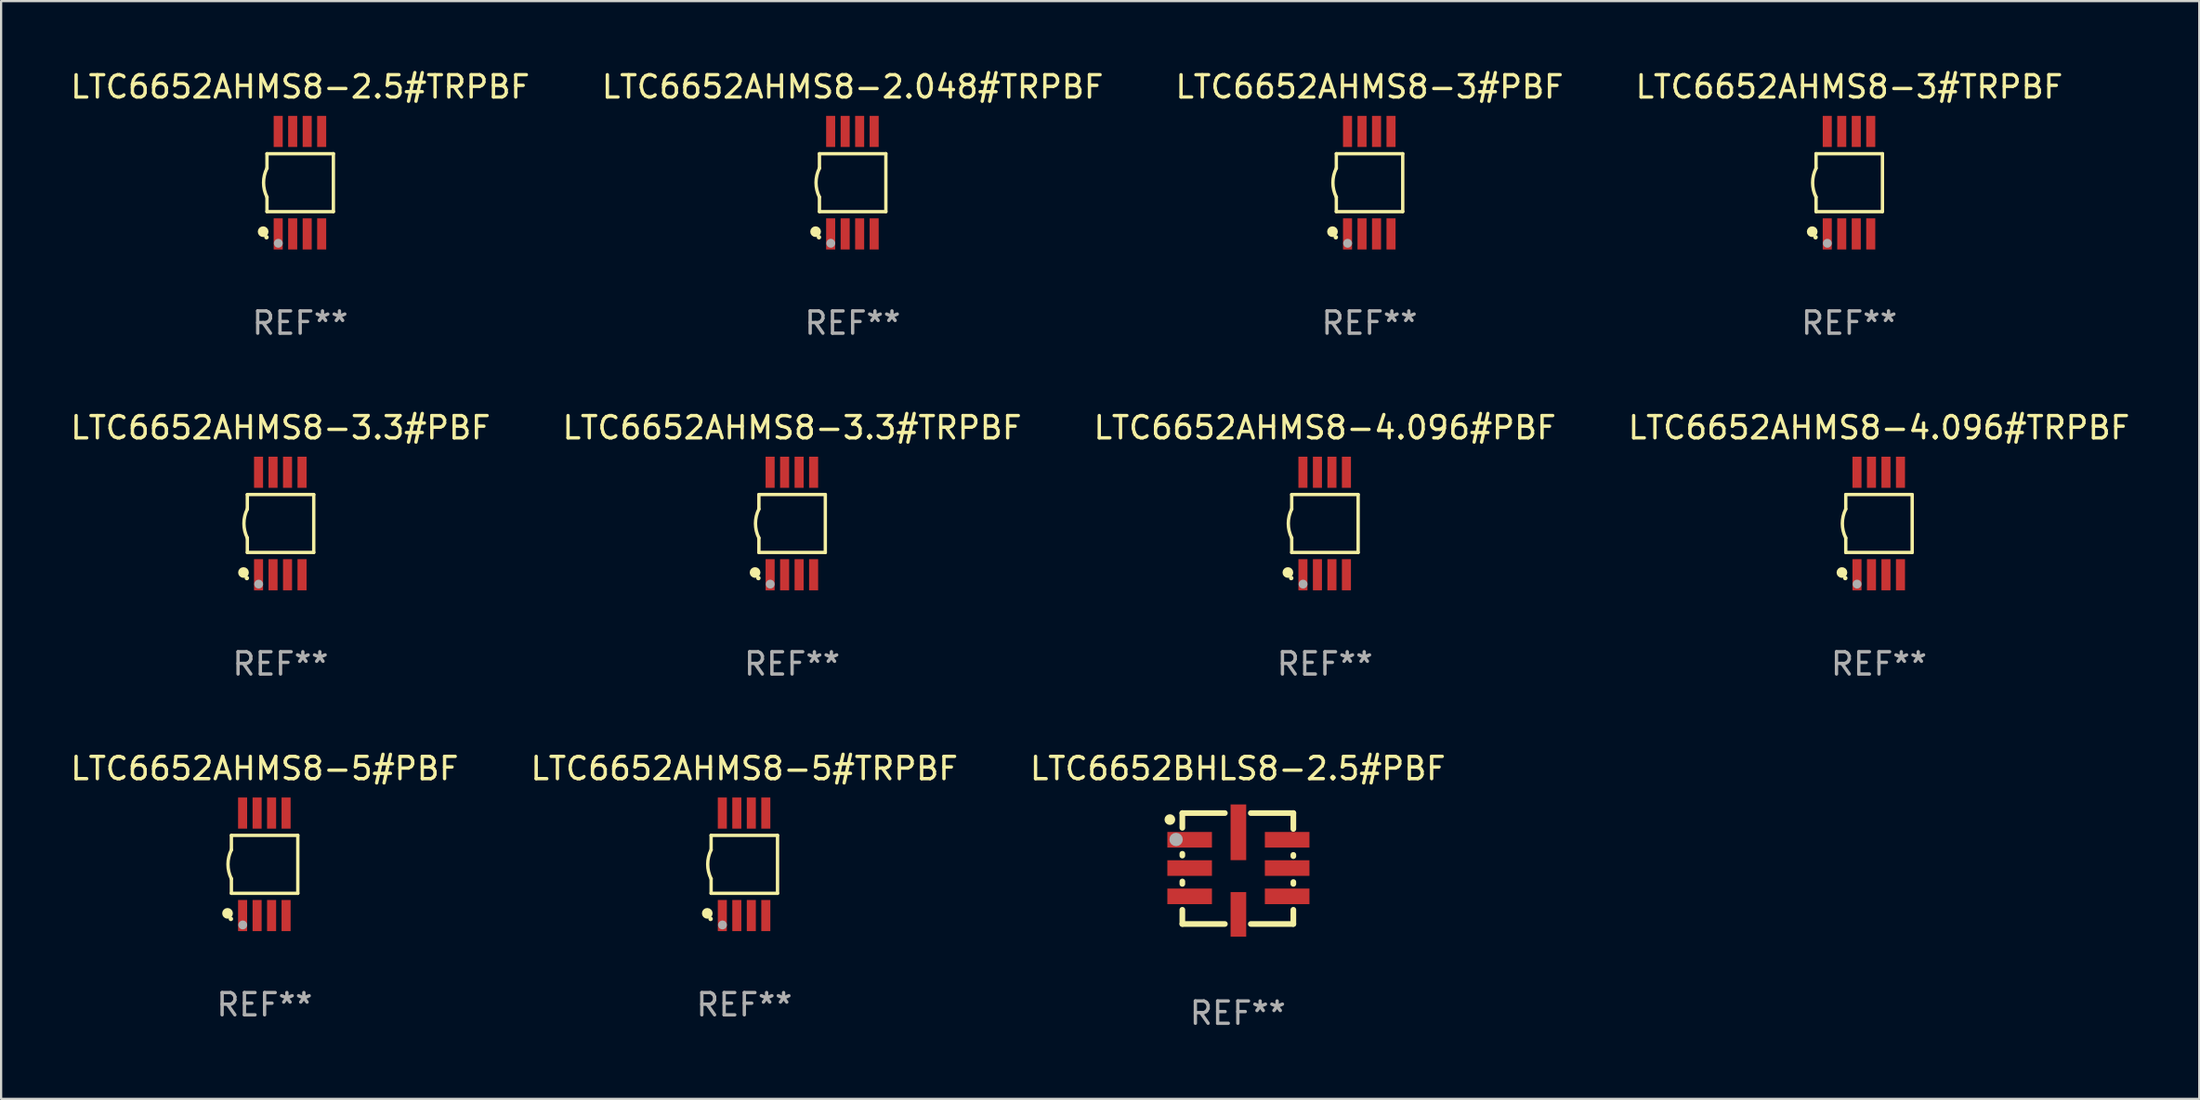
<source format=kicad_pcb>
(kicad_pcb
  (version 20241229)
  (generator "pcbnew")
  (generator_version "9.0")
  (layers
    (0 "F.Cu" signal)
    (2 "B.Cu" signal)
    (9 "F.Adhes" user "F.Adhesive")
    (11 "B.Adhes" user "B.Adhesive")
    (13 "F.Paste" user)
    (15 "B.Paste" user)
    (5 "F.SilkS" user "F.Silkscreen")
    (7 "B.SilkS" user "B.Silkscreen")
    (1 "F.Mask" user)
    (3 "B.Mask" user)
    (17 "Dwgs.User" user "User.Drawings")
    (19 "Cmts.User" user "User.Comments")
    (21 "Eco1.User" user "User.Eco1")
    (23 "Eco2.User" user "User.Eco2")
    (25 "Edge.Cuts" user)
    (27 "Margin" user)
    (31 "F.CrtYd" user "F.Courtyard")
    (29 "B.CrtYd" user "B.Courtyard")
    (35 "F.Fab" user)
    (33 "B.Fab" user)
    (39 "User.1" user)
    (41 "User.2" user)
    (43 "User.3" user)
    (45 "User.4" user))
  (footprint "LTC6652AHMS8-3#PBF"
    (layer "F.Cu")
    (at 58.363 5.148)
    (property "Reference" "LTC6652AHMS8-3#PBF" (at 0 -4.3 0) (layer "F.SilkS") (effects (font (size 1 1) (thickness 0.15))))
    (attr through_hole)
    (fp_line (start -1.489 -1.3) (end -1.489 -0.648) (stroke (width 0.15) (type solid)) (layer "F.SilkS"))
    (fp_line (start -1.489 0.648) (end -1.489 1.3) (stroke (width 0.15) (type solid)) (layer "F.SilkS"))
    (fp_line (start -1.489 1.3) (end 1.489 1.3) (stroke (width 0.15) (type solid)) (layer "F.SilkS"))
    (fp_line (start 1.489 -1.3) (end -1.489 -1.3) (stroke (width 0.15) (type solid)) (layer "F.SilkS"))
    (fp_line (start 1.489 1.3) (end 1.489 -1.3) (stroke (width 0.15) (type solid)) (layer "F.SilkS"))
    (fp_arc (start -1.489205 0.647702) (mid -1.642107 0) (end -1.489205 -0.647701) (stroke (width 0.150013) (type solid)) (layer "F.SilkS"))
    (fp_circle (center -1.661 2.2) (end -1.541 2.2) (stroke (width 0.24) (type solid)) (fill no) (layer "F.SilkS"))
    (fp_circle (center -1.511 2.45) (end -1.461 2.45) (stroke (width 0.1) (type solid)) (fill no) (layer "F.SilkS"))
    (fp_circle (center -0.981 2.72) (end -0.881 2.72) (stroke (width 0.2) (type solid)) (fill no) (layer "F.Fab"))
    (fp_text user "REF**" (at 0 6.3 0) (layer "F.Fab") (effects (font (size 1 1) (thickness 0.15))))
    (pad "1" smd rect (at -0.986 2.3) (size 0.406 1.397) (layers "F.Cu" "F.Mask" "F.Paste"))
    (pad "2" smd rect (at -0.336 2.3) (size 0.406 1.397) (layers "F.Cu" "F.Mask" "F.Paste"))
    (pad "3" smd rect (at 0.314 2.3) (size 0.406 1.397) (layers "F.Cu" "F.Mask" "F.Paste"))
    (pad "4" smd rect (at 0.964 2.3) (size 0.406 1.397) (layers "F.Cu" "F.Mask" "F.Paste"))
    (pad "5" smd rect (at 0.964 -2.3) (size 0.406 1.397) (layers "F.Cu" "F.Mask" "F.Paste"))
    (pad "6" smd rect (at 0.314 -2.3) (size 0.406 1.397) (layers "F.Cu" "F.Mask" "F.Paste"))
    (pad "7" smd rect (at -0.336 -2.3) (size 0.406 1.397) (layers "F.Cu" "F.Mask" "F.Paste"))
    (pad "8" smd rect (at -0.986 -2.3) (size 0.406 1.397) (layers "F.Cu" "F.Mask" "F.Paste")))
  (footprint "LTC6652BHLS8-2.5#PBF"
    (layer "F.Cu")
    (at 52.458 35.93)
    (property "Reference" "LTC6652BHLS8-2.5#PBF" (at 0 -4.489 0) (layer "F.SilkS") (effects (font (size 1 1) (thickness 0.15))))
    (attr through_hole)
    (fp_line (start -2.489 -2.489) (end -2.489 -1.826) (stroke (width 0.254) (type solid)) (layer "F.SilkS"))
    (fp_line (start -2.489 -2.489) (end -0.581 -2.489) (stroke (width 0.254) (type solid)) (layer "F.SilkS"))
    (fp_line (start -2.489 -0.663) (end -2.489 -0.581) (stroke (width 0.254) (type solid)) (layer "F.SilkS"))
    (fp_line (start -2.489 0.581) (end -2.489 0.689) (stroke (width 0.254) (type solid)) (layer "F.SilkS"))
    (fp_line (start -2.489 1.851) (end -2.489 2.489) (stroke (width 0.254) (type solid)) (layer "F.SilkS"))
    (fp_line (start -2.489 2.489) (end -0.581 2.489) (stroke (width 0.254) (type solid)) (layer "F.SilkS"))
    (fp_line (start 0.581 -2.489) (end 2.489 -2.489) (stroke (width 0.254) (type solid)) (layer "F.SilkS"))
    (fp_line (start 0.581 2.489) (end 2.489 2.489) (stroke (width 0.254) (type solid)) (layer "F.SilkS"))
    (fp_line (start 2.489 -2.489) (end 2.489 -1.775) (stroke (width 0.254) (type solid)) (layer "F.SilkS"))
    (fp_line (start 2.489 -0.613) (end 2.489 -0.556) (stroke (width 0.254) (type solid)) (layer "F.SilkS"))
    (fp_line (start 2.489 0.607) (end 2.489 0.689) (stroke (width 0.254) (type solid)) (layer "F.SilkS"))
    (fp_line (start 2.489 1.851) (end 2.489 2.489) (stroke (width 0.254) (type solid)) (layer "F.SilkS"))
    (fp_circle (center -3.048 -2.197) (end -2.928 -2.197) (stroke (width 0.24) (type solid)) (fill no) (layer "F.SilkS"))
    (fp_circle (center -2.474 -2.521) (end -2.445 -2.521) (stroke (width 0.06) (type solid)) (fill no) (layer "F.SilkS"))
    (fp_circle (center -2.769 -1.304) (end -2.618 -1.304) (stroke (width 0.3) (type solid)) (fill no) (layer "F.Fab"))
    (fp_text user "REF**" (at 0 6.489 0) (layer "F.Fab") (effects (font (size 1 1) (thickness 0.15))))
    (pad "1" smd rect (at -2.161 -1.291) (size 2 0.7) (layers "F.Cu" "F.Mask" "F.Paste"))
    (pad "2" smd rect (at -2.161 -0.021) (size 2 0.7) (layers "F.Cu" "F.Mask" "F.Paste"))
    (pad "3" smd rect (at -2.161 1.249) (size 2 0.7) (layers "F.Cu" "F.Mask" "F.Paste"))
    (pad "4" smd rect (at 0.025 2.058 270) (size 2 0.7) (layers "F.Cu" "F.Mask" "F.Paste"))
    (pad "5" smd rect (at 2.211 1.249) (size 2 0.7) (layers "F.Cu" "F.Mask" "F.Paste"))
    (pad "6" smd rect (at 2.211 -0.021) (size 2 0.7) (layers "F.Cu" "F.Mask" "F.Paste"))
    (pad "7" smd rect (at 2.211 -1.291) (size 2 0.7) (layers "F.Cu" "F.Mask" "F.Paste"))
    (pad "8" smd rect (at 0.025 -1.626 90) (size 2.5 0.7) (layers "F.Cu" "F.Mask" "F.Paste")))
  (footprint "LTC6652AHMS8-5#TRPBF"
    (layer "F.Cu")
    (at 30.327 35.741)
    (property "Reference" "LTC6652AHMS8-5#TRPBF" (at 0 -4.3 0) (layer "F.SilkS") (effects (font (size 1 1) (thickness 0.15))))
    (attr through_hole)
    (fp_line (start -1.489 -1.3) (end -1.489 -0.648) (stroke (width 0.15) (type solid)) (layer "F.SilkS"))
    (fp_line (start -1.489 0.648) (end -1.489 1.3) (stroke (width 0.15) (type solid)) (layer "F.SilkS"))
    (fp_line (start -1.489 1.3) (end 1.489 1.3) (stroke (width 0.15) (type solid)) (layer "F.SilkS"))
    (fp_line (start 1.489 -1.3) (end -1.489 -1.3) (stroke (width 0.15) (type solid)) (layer "F.SilkS"))
    (fp_line (start 1.489 1.3) (end 1.489 -1.3) (stroke (width 0.15) (type solid)) (layer "F.SilkS"))
    (fp_arc (start -1.489205 0.647702) (mid -1.642107 0) (end -1.489205 -0.647701) (stroke (width 0.150013) (type solid)) (layer "F.SilkS"))
    (fp_circle (center -1.661 2.2) (end -1.541 2.2) (stroke (width 0.24) (type solid)) (fill no) (layer "F.SilkS"))
    (fp_circle (center -1.511 2.45) (end -1.461 2.45) (stroke (width 0.1) (type solid)) (fill no) (layer "F.SilkS"))
    (fp_circle (center -0.981 2.72) (end -0.881 2.72) (stroke (width 0.2) (type solid)) (fill no) (layer "F.Fab"))
    (fp_text user "REF**" (at 0 6.3 0) (layer "F.Fab") (effects (font (size 1 1) (thickness 0.15))))
    (pad "1" smd rect (at -0.986 2.3) (size 0.406 1.397) (layers "F.Cu" "F.Mask" "F.Paste"))
    (pad "2" smd rect (at -0.336 2.3) (size 0.406 1.397) (layers "F.Cu" "F.Mask" "F.Paste"))
    (pad "3" smd rect (at 0.314 2.3) (size 0.406 1.397) (layers "F.Cu" "F.Mask" "F.Paste"))
    (pad "4" smd rect (at 0.964 2.3) (size 0.406 1.397) (layers "F.Cu" "F.Mask" "F.Paste"))
    (pad "5" smd rect (at 0.964 -2.3) (size 0.406 1.397) (layers "F.Cu" "F.Mask" "F.Paste"))
    (pad "6" smd rect (at 0.314 -2.3) (size 0.406 1.397) (layers "F.Cu" "F.Mask" "F.Paste"))
    (pad "7" smd rect (at -0.336 -2.3) (size 0.406 1.397) (layers "F.Cu" "F.Mask" "F.Paste"))
    (pad "8" smd rect (at -0.986 -2.3) (size 0.406 1.397) (layers "F.Cu" "F.Mask" "F.Paste")))
  (footprint "LTC6652AHMS8-4.096#PBF"
    (layer "F.Cu")
    (at 56.363 20.445)
    (property "Reference" "LTC6652AHMS8-4.096#PBF" (at 0 -4.3 0) (layer "F.SilkS") (effects (font (size 1 1) (thickness 0.15))))
    (attr through_hole)
    (fp_line (start -1.489 -1.3) (end -1.489 -0.648) (stroke (width 0.15) (type solid)) (layer "F.SilkS"))
    (fp_line (start -1.489 0.648) (end -1.489 1.3) (stroke (width 0.15) (type solid)) (layer "F.SilkS"))
    (fp_line (start -1.489 1.3) (end 1.489 1.3) (stroke (width 0.15) (type solid)) (layer "F.SilkS"))
    (fp_line (start 1.489 -1.3) (end -1.489 -1.3) (stroke (width 0.15) (type solid)) (layer "F.SilkS"))
    (fp_line (start 1.489 1.3) (end 1.489 -1.3) (stroke (width 0.15) (type solid)) (layer "F.SilkS"))
    (fp_arc (start -1.489205 0.647702) (mid -1.642107 0) (end -1.489205 -0.647701) (stroke (width 0.150013) (type solid)) (layer "F.SilkS"))
    (fp_circle (center -1.661 2.2) (end -1.541 2.2) (stroke (width 0.24) (type solid)) (fill no) (layer "F.SilkS"))
    (fp_circle (center -1.511 2.45) (end -1.461 2.45) (stroke (width 0.1) (type solid)) (fill no) (layer "F.SilkS"))
    (fp_circle (center -0.981 2.72) (end -0.881 2.72) (stroke (width 0.2) (type solid)) (fill no) (layer "F.Fab"))
    (fp_text user "REF**" (at 0 6.3 0) (layer "F.Fab") (effects (font (size 1 1) (thickness 0.15))))
    (pad "1" smd rect (at -0.986 2.3) (size 0.406 1.397) (layers "F.Cu" "F.Mask" "F.Paste"))
    (pad "2" smd rect (at -0.336 2.3) (size 0.406 1.397) (layers "F.Cu" "F.Mask" "F.Paste"))
    (pad "3" smd rect (at 0.314 2.3) (size 0.406 1.397) (layers "F.Cu" "F.Mask" "F.Paste"))
    (pad "4" smd rect (at 0.964 2.3) (size 0.406 1.397) (layers "F.Cu" "F.Mask" "F.Paste"))
    (pad "5" smd rect (at 0.964 -2.3) (size 0.406 1.397) (layers "F.Cu" "F.Mask" "F.Paste"))
    (pad "6" smd rect (at 0.314 -2.3) (size 0.406 1.397) (layers "F.Cu" "F.Mask" "F.Paste"))
    (pad "7" smd rect (at -0.336 -2.3) (size 0.406 1.397) (layers "F.Cu" "F.Mask" "F.Paste"))
    (pad "8" smd rect (at -0.986 -2.3) (size 0.406 1.397) (layers "F.Cu" "F.Mask" "F.Paste")))
  (footprint "LTC6652AHMS8-3.3#TRPBF"
    (layer "F.Cu")
    (at 32.47 20.445)
    (property "Reference" "LTC6652AHMS8-3.3#TRPBF" (at 0 -4.3 0) (layer "F.SilkS") (effects (font (size 1 1) (thickness 0.15))))
    (attr through_hole)
    (fp_line (start -1.489 -1.3) (end -1.489 -0.648) (stroke (width 0.15) (type solid)) (layer "F.SilkS"))
    (fp_line (start -1.489 0.648) (end -1.489 1.3) (stroke (width 0.15) (type solid)) (layer "F.SilkS"))
    (fp_line (start -1.489 1.3) (end 1.489 1.3) (stroke (width 0.15) (type solid)) (layer "F.SilkS"))
    (fp_line (start 1.489 -1.3) (end -1.489 -1.3) (stroke (width 0.15) (type solid)) (layer "F.SilkS"))
    (fp_line (start 1.489 1.3) (end 1.489 -1.3) (stroke (width 0.15) (type solid)) (layer "F.SilkS"))
    (fp_arc (start -1.489205 0.647702) (mid -1.642107 0) (end -1.489205 -0.647701) (stroke (width 0.150013) (type solid)) (layer "F.SilkS"))
    (fp_circle (center -1.661 2.2) (end -1.541 2.2) (stroke (width 0.24) (type solid)) (fill no) (layer "F.SilkS"))
    (fp_circle (center -1.511 2.45) (end -1.461 2.45) (stroke (width 0.1) (type solid)) (fill no) (layer "F.SilkS"))
    (fp_circle (center -0.981 2.72) (end -0.881 2.72) (stroke (width 0.2) (type solid)) (fill no) (layer "F.Fab"))
    (fp_text user "REF**" (at 0 6.3 0) (layer "F.Fab") (effects (font (size 1 1) (thickness 0.15))))
    (pad "1" smd rect (at -0.986 2.3) (size 0.406 1.397) (layers "F.Cu" "F.Mask" "F.Paste"))
    (pad "2" smd rect (at -0.336 2.3) (size 0.406 1.397) (layers "F.Cu" "F.Mask" "F.Paste"))
    (pad "3" smd rect (at 0.314 2.3) (size 0.406 1.397) (layers "F.Cu" "F.Mask" "F.Paste"))
    (pad "4" smd rect (at 0.964 2.3) (size 0.406 1.397) (layers "F.Cu" "F.Mask" "F.Paste"))
    (pad "5" smd rect (at 0.964 -2.3) (size 0.406 1.397) (layers "F.Cu" "F.Mask" "F.Paste"))
    (pad "6" smd rect (at 0.314 -2.3) (size 0.406 1.397) (layers "F.Cu" "F.Mask" "F.Paste"))
    (pad "7" smd rect (at -0.336 -2.3) (size 0.406 1.397) (layers "F.Cu" "F.Mask" "F.Paste"))
    (pad "8" smd rect (at -0.986 -2.3) (size 0.406 1.397) (layers "F.Cu" "F.Mask" "F.Paste")))
  (footprint "LTC6652AHMS8-4.096#TRPBF"
    (layer "F.Cu")
    (at 81.208 20.445)
    (property "Reference" "LTC6652AHMS8-4.096#TRPBF" (at 0 -4.3 0) (layer "F.SilkS") (effects (font (size 1 1) (thickness 0.15))))
    (attr through_hole)
    (fp_line (start -1.489 -1.3) (end -1.489 -0.648) (stroke (width 0.15) (type solid)) (layer "F.SilkS"))
    (fp_line (start -1.489 0.648) (end -1.489 1.3) (stroke (width 0.15) (type solid)) (layer "F.SilkS"))
    (fp_line (start -1.489 1.3) (end 1.489 1.3) (stroke (width 0.15) (type solid)) (layer "F.SilkS"))
    (fp_line (start 1.489 -1.3) (end -1.489 -1.3) (stroke (width 0.15) (type solid)) (layer "F.SilkS"))
    (fp_line (start 1.489 1.3) (end 1.489 -1.3) (stroke (width 0.15) (type solid)) (layer "F.SilkS"))
    (fp_arc (start -1.489205 0.647702) (mid -1.642107 0) (end -1.489205 -0.647701) (stroke (width 0.150013) (type solid)) (layer "F.SilkS"))
    (fp_circle (center -1.661 2.2) (end -1.541 2.2) (stroke (width 0.24) (type solid)) (fill no) (layer "F.SilkS"))
    (fp_circle (center -1.511 2.45) (end -1.461 2.45) (stroke (width 0.1) (type solid)) (fill no) (layer "F.SilkS"))
    (fp_circle (center -0.981 2.72) (end -0.881 2.72) (stroke (width 0.2) (type solid)) (fill no) (layer "F.Fab"))
    (fp_text user "REF**" (at 0 6.3 0) (layer "F.Fab") (effects (font (size 1 1) (thickness 0.15))))
    (pad "1" smd rect (at -0.986 2.3) (size 0.406 1.397) (layers "F.Cu" "F.Mask" "F.Paste"))
    (pad "2" smd rect (at -0.336 2.3) (size 0.406 1.397) (layers "F.Cu" "F.Mask" "F.Paste"))
    (pad "3" smd rect (at 0.314 2.3) (size 0.406 1.397) (layers "F.Cu" "F.Mask" "F.Paste"))
    (pad "4" smd rect (at 0.964 2.3) (size 0.406 1.397) (layers "F.Cu" "F.Mask" "F.Paste"))
    (pad "5" smd rect (at 0.964 -2.3) (size 0.406 1.397) (layers "F.Cu" "F.Mask" "F.Paste"))
    (pad "6" smd rect (at 0.314 -2.3) (size 0.406 1.397) (layers "F.Cu" "F.Mask" "F.Paste"))
    (pad "7" smd rect (at -0.336 -2.3) (size 0.406 1.397) (layers "F.Cu" "F.Mask" "F.Paste"))
    (pad "8" smd rect (at -0.986 -2.3) (size 0.406 1.397) (layers "F.Cu" "F.Mask" "F.Paste")))
  (footprint "LTC6652AHMS8-2.048#TRPBF"
    (layer "F.Cu")
    (at 35.185 5.148)
    (property "Reference" "LTC6652AHMS8-2.048#TRPBF" (at 0 -4.3 0) (layer "F.SilkS") (effects (font (size 1 1) (thickness 0.15))))
    (attr through_hole)
    (fp_line (start -1.489 -1.3) (end -1.489 -0.648) (stroke (width 0.15) (type solid)) (layer "F.SilkS"))
    (fp_line (start -1.489 0.648) (end -1.489 1.3) (stroke (width 0.15) (type solid)) (layer "F.SilkS"))
    (fp_line (start -1.489 1.3) (end 1.489 1.3) (stroke (width 0.15) (type solid)) (layer "F.SilkS"))
    (fp_line (start 1.489 -1.3) (end -1.489 -1.3) (stroke (width 0.15) (type solid)) (layer "F.SilkS"))
    (fp_line (start 1.489 1.3) (end 1.489 -1.3) (stroke (width 0.15) (type solid)) (layer "F.SilkS"))
    (fp_arc (start -1.489205 0.647702) (mid -1.642107 0) (end -1.489205 -0.647701) (stroke (width 0.150013) (type solid)) (layer "F.SilkS"))
    (fp_circle (center -1.661 2.2) (end -1.541 2.2) (stroke (width 0.24) (type solid)) (fill no) (layer "F.SilkS"))
    (fp_circle (center -1.511 2.45) (end -1.461 2.45) (stroke (width 0.1) (type solid)) (fill no) (layer "F.SilkS"))
    (fp_circle (center -0.981 2.72) (end -0.881 2.72) (stroke (width 0.2) (type solid)) (fill no) (layer "F.Fab"))
    (fp_text user "REF**" (at 0 6.3 0) (layer "F.Fab") (effects (font (size 1 1) (thickness 0.15))))
    (pad "1" smd rect (at -0.986 2.3) (size 0.406 1.397) (layers "F.Cu" "F.Mask" "F.Paste"))
    (pad "2" smd rect (at -0.336 2.3) (size 0.406 1.397) (layers "F.Cu" "F.Mask" "F.Paste"))
    (pad "3" smd rect (at 0.314 2.3) (size 0.406 1.397) (layers "F.Cu" "F.Mask" "F.Paste"))
    (pad "4" smd rect (at 0.964 2.3) (size 0.406 1.397) (layers "F.Cu" "F.Mask" "F.Paste"))
    (pad "5" smd rect (at 0.964 -2.3) (size 0.406 1.397) (layers "F.Cu" "F.Mask" "F.Paste"))
    (pad "6" smd rect (at 0.314 -2.3) (size 0.406 1.397) (layers "F.Cu" "F.Mask" "F.Paste"))
    (pad "7" smd rect (at -0.336 -2.3) (size 0.406 1.397) (layers "F.Cu" "F.Mask" "F.Paste"))
    (pad "8" smd rect (at -0.986 -2.3) (size 0.406 1.397) (layers "F.Cu" "F.Mask" "F.Paste")))
  (footprint "LTC6652AHMS8-3#TRPBF"
    (layer "F.Cu")
    (at 79.875 5.148)
    (property "Reference" "LTC6652AHMS8-3#TRPBF" (at 0 -4.3 0) (layer "F.SilkS") (effects (font (size 1 1) (thickness 0.15))))
    (attr through_hole)
    (fp_line (start -1.489 -1.3) (end -1.489 -0.648) (stroke (width 0.15) (type solid)) (layer "F.SilkS"))
    (fp_line (start -1.489 0.648) (end -1.489 1.3) (stroke (width 0.15) (type solid)) (layer "F.SilkS"))
    (fp_line (start -1.489 1.3) (end 1.489 1.3) (stroke (width 0.15) (type solid)) (layer "F.SilkS"))
    (fp_line (start 1.489 -1.3) (end -1.489 -1.3) (stroke (width 0.15) (type solid)) (layer "F.SilkS"))
    (fp_line (start 1.489 1.3) (end 1.489 -1.3) (stroke (width 0.15) (type solid)) (layer "F.SilkS"))
    (fp_arc (start -1.489205 0.647702) (mid -1.642107 0) (end -1.489205 -0.647701) (stroke (width 0.150013) (type solid)) (layer "F.SilkS"))
    (fp_circle (center -1.661 2.2) (end -1.541 2.2) (stroke (width 0.24) (type solid)) (fill no) (layer "F.SilkS"))
    (fp_circle (center -1.511 2.45) (end -1.461 2.45) (stroke (width 0.1) (type solid)) (fill no) (layer "F.SilkS"))
    (fp_circle (center -0.981 2.72) (end -0.881 2.72) (stroke (width 0.2) (type solid)) (fill no) (layer "F.Fab"))
    (fp_text user "REF**" (at 0 6.3 0) (layer "F.Fab") (effects (font (size 1 1) (thickness 0.15))))
    (pad "1" smd rect (at -0.986 2.3) (size 0.406 1.397) (layers "F.Cu" "F.Mask" "F.Paste"))
    (pad "2" smd rect (at -0.336 2.3) (size 0.406 1.397) (layers "F.Cu" "F.Mask" "F.Paste"))
    (pad "3" smd rect (at 0.314 2.3) (size 0.406 1.397) (layers "F.Cu" "F.Mask" "F.Paste"))
    (pad "4" smd rect (at 0.964 2.3) (size 0.406 1.397) (layers "F.Cu" "F.Mask" "F.Paste"))
    (pad "5" smd rect (at 0.964 -2.3) (size 0.406 1.397) (layers "F.Cu" "F.Mask" "F.Paste"))
    (pad "6" smd rect (at 0.314 -2.3) (size 0.406 1.397) (layers "F.Cu" "F.Mask" "F.Paste"))
    (pad "7" smd rect (at -0.336 -2.3) (size 0.406 1.397) (layers "F.Cu" "F.Mask" "F.Paste"))
    (pad "8" smd rect (at -0.986 -2.3) (size 0.406 1.397) (layers "F.Cu" "F.Mask" "F.Paste")))
  (footprint "LTC6652AHMS8-5#PBF"
    (layer "F.Cu")
    (at 8.815 35.741)
    (property "Reference" "LTC6652AHMS8-5#PBF" (at 0 -4.3 0) (layer "F.SilkS") (effects (font (size 1 1) (thickness 0.15))))
    (attr through_hole)
    (fp_line (start -1.489 -1.3) (end -1.489 -0.648) (stroke (width 0.15) (type solid)) (layer "F.SilkS"))
    (fp_line (start -1.489 0.648) (end -1.489 1.3) (stroke (width 0.15) (type solid)) (layer "F.SilkS"))
    (fp_line (start -1.489 1.3) (end 1.489 1.3) (stroke (width 0.15) (type solid)) (layer "F.SilkS"))
    (fp_line (start 1.489 -1.3) (end -1.489 -1.3) (stroke (width 0.15) (type solid)) (layer "F.SilkS"))
    (fp_line (start 1.489 1.3) (end 1.489 -1.3) (stroke (width 0.15) (type solid)) (layer "F.SilkS"))
    (fp_arc (start -1.489205 0.647702) (mid -1.642107 0) (end -1.489205 -0.647701) (stroke (width 0.150013) (type solid)) (layer "F.SilkS"))
    (fp_circle (center -1.661 2.2) (end -1.541 2.2) (stroke (width 0.24) (type solid)) (fill no) (layer "F.SilkS"))
    (fp_circle (center -1.511 2.45) (end -1.461 2.45) (stroke (width 0.1) (type solid)) (fill no) (layer "F.SilkS"))
    (fp_circle (center -0.981 2.72) (end -0.881 2.72) (stroke (width 0.2) (type solid)) (fill no) (layer "F.Fab"))
    (fp_text user "REF**" (at 0 6.3 0) (layer "F.Fab") (effects (font (size 1 1) (thickness 0.15))))
    (pad "1" smd rect (at -0.986 2.3) (size 0.406 1.397) (layers "F.Cu" "F.Mask" "F.Paste"))
    (pad "2" smd rect (at -0.336 2.3) (size 0.406 1.397) (layers "F.Cu" "F.Mask" "F.Paste"))
    (pad "3" smd rect (at 0.314 2.3) (size 0.406 1.397) (layers "F.Cu" "F.Mask" "F.Paste"))
    (pad "4" smd rect (at 0.964 2.3) (size 0.406 1.397) (layers "F.Cu" "F.Mask" "F.Paste"))
    (pad "5" smd rect (at 0.964 -2.3) (size 0.406 1.397) (layers "F.Cu" "F.Mask" "F.Paste"))
    (pad "6" smd rect (at 0.314 -2.3) (size 0.406 1.397) (layers "F.Cu" "F.Mask" "F.Paste"))
    (pad "7" smd rect (at -0.336 -2.3) (size 0.406 1.397) (layers "F.Cu" "F.Mask" "F.Paste"))
    (pad "8" smd rect (at -0.986 -2.3) (size 0.406 1.397) (layers "F.Cu" "F.Mask" "F.Paste")))
  (footprint "LTC6652AHMS8-2.5#TRPBF"
    (layer "F.Cu")
    (at 10.411 5.148)
    (property "Reference" "LTC6652AHMS8-2.5#TRPBF" (at 0 -4.3 0) (layer "F.SilkS") (effects (font (size 1 1) (thickness 0.15))))
    (attr through_hole)
    (fp_line (start -1.489 -1.3) (end -1.489 -0.648) (stroke (width 0.15) (type solid)) (layer "F.SilkS"))
    (fp_line (start -1.489 0.648) (end -1.489 1.3) (stroke (width 0.15) (type solid)) (layer "F.SilkS"))
    (fp_line (start -1.489 1.3) (end 1.489 1.3) (stroke (width 0.15) (type solid)) (layer "F.SilkS"))
    (fp_line (start 1.489 -1.3) (end -1.489 -1.3) (stroke (width 0.15) (type solid)) (layer "F.SilkS"))
    (fp_line (start 1.489 1.3) (end 1.489 -1.3) (stroke (width 0.15) (type solid)) (layer "F.SilkS"))
    (fp_arc (start -1.489205 0.647702) (mid -1.642107 0) (end -1.489205 -0.647701) (stroke (width 0.150013) (type solid)) (layer "F.SilkS"))
    (fp_circle (center -1.661 2.2) (end -1.541 2.2) (stroke (width 0.24) (type solid)) (fill no) (layer "F.SilkS"))
    (fp_circle (center -1.511 2.45) (end -1.461 2.45) (stroke (width 0.1) (type solid)) (fill no) (layer "F.SilkS"))
    (fp_circle (center -0.981 2.72) (end -0.881 2.72) (stroke (width 0.2) (type solid)) (fill no) (layer "F.Fab"))
    (fp_text user "REF**" (at 0 6.3 0) (layer "F.Fab") (effects (font (size 1 1) (thickness 0.15))))
    (pad "1" smd rect (at -0.986 2.3) (size 0.406 1.397) (layers "F.Cu" "F.Mask" "F.Paste"))
    (pad "2" smd rect (at -0.336 2.3) (size 0.406 1.397) (layers "F.Cu" "F.Mask" "F.Paste"))
    (pad "3" smd rect (at 0.314 2.3) (size 0.406 1.397) (layers "F.Cu" "F.Mask" "F.Paste"))
    (pad "4" smd rect (at 0.964 2.3) (size 0.406 1.397) (layers "F.Cu" "F.Mask" "F.Paste"))
    (pad "5" smd rect (at 0.964 -2.3) (size 0.406 1.397) (layers "F.Cu" "F.Mask" "F.Paste"))
    (pad "6" smd rect (at 0.314 -2.3) (size 0.406 1.397) (layers "F.Cu" "F.Mask" "F.Paste"))
    (pad "7" smd rect (at -0.336 -2.3) (size 0.406 1.397) (layers "F.Cu" "F.Mask" "F.Paste"))
    (pad "8" smd rect (at -0.986 -2.3) (size 0.406 1.397) (layers "F.Cu" "F.Mask" "F.Paste")))
  (footprint "LTC6652AHMS8-3.3#PBF"
    (layer "F.Cu")
    (at 9.53 20.445)
    (property "Reference" "LTC6652AHMS8-3.3#PBF" (at 0 -4.3 0) (layer "F.SilkS") (effects (font (size 1 1) (thickness 0.15))))
    (attr through_hole)
    (fp_line (start -1.489 -1.3) (end -1.489 -0.648) (stroke (width 0.15) (type solid)) (layer "F.SilkS"))
    (fp_line (start -1.489 0.648) (end -1.489 1.3) (stroke (width 0.15) (type solid)) (layer "F.SilkS"))
    (fp_line (start -1.489 1.3) (end 1.489 1.3) (stroke (width 0.15) (type solid)) (layer "F.SilkS"))
    (fp_line (start 1.489 -1.3) (end -1.489 -1.3) (stroke (width 0.15) (type solid)) (layer "F.SilkS"))
    (fp_line (start 1.489 1.3) (end 1.489 -1.3) (stroke (width 0.15) (type solid)) (layer "F.SilkS"))
    (fp_arc (start -1.489205 0.647702) (mid -1.642107 0) (end -1.489205 -0.647701) (stroke (width 0.150013) (type solid)) (layer "F.SilkS"))
    (fp_circle (center -1.661 2.2) (end -1.541 2.2) (stroke (width 0.24) (type solid)) (fill no) (layer "F.SilkS"))
    (fp_circle (center -1.511 2.45) (end -1.461 2.45) (stroke (width 0.1) (type solid)) (fill no) (layer "F.SilkS"))
    (fp_circle (center -0.981 2.72) (end -0.881 2.72) (stroke (width 0.2) (type solid)) (fill no) (layer "F.Fab"))
    (fp_text user "REF**" (at 0 6.3 0) (layer "F.Fab") (effects (font (size 1 1) (thickness 0.15))))
    (pad "1" smd rect (at -0.986 2.3) (size 0.406 1.397) (layers "F.Cu" "F.Mask" "F.Paste"))
    (pad "2" smd rect (at -0.336 2.3) (size 0.406 1.397) (layers "F.Cu" "F.Mask" "F.Paste"))
    (pad "3" smd rect (at 0.314 2.3) (size 0.406 1.397) (layers "F.Cu" "F.Mask" "F.Paste"))
    (pad "4" smd rect (at 0.964 2.3) (size 0.406 1.397) (layers "F.Cu" "F.Mask" "F.Paste"))
    (pad "5" smd rect (at 0.964 -2.3) (size 0.406 1.397) (layers "F.Cu" "F.Mask" "F.Paste"))
    (pad "6" smd rect (at 0.314 -2.3) (size 0.406 1.397) (layers "F.Cu" "F.Mask" "F.Paste"))
    (pad "7" smd rect (at -0.336 -2.3) (size 0.406 1.397) (layers "F.Cu" "F.Mask" "F.Paste"))
    (pad "8" smd rect (at -0.986 -2.3) (size 0.406 1.397) (layers "F.Cu" "F.Mask" "F.Paste")))
  (gr_rect
    (start -3 -3)
    (end 95.571 46.268)
    (stroke (width 0.1) (type default))
    (fill no)
    (layer "Edge.Cuts")))
</source>
